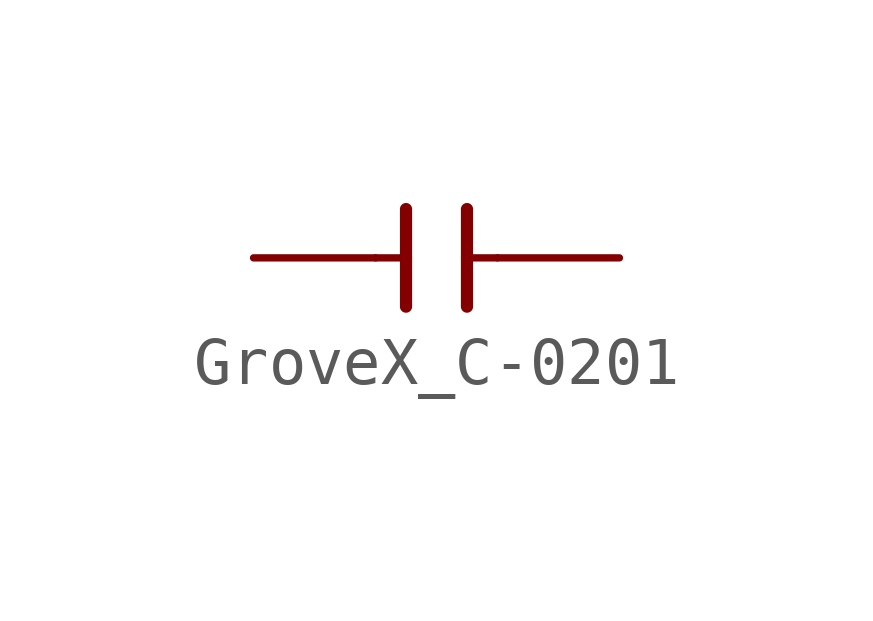
<source format=kicad_sym>
(kicad_symbol_lib
  (version 20231120)
  (generator "kicad_symbol_editor")
  (generator_version "8.0")
  (symbol "GroveX_C-0201"
    (property "Reference" "C"
      (at -2.54 0 0)
      (effects (font (size 0.635 0.54)) (justify left bottom) (hide yes)))
    (property "ki_locked" ""
      (at 0 0 0)
      (effects (font (size 1.27 1.27))))
    (symbol "GroveX_C-0201_1_0"
      (polyline (pts (xy -1.27 0) (xy -0.635 0)) (stroke (width 0.152) (type solid)) (fill (type none)))
      (polyline (pts (xy -0.635 -1.016) (xy -0.635 0)) (stroke (width 0.254) (type solid)) (fill (type none)))
      (polyline (pts (xy -0.635 0) (xy -0.635 1.016)) (stroke (width 0.254) (type solid)) (fill (type none)))
      (polyline (pts (xy 0.635 0) (xy 0.635 -1.016)) (stroke (width 0.254) (type solid)) (fill (type none)))
      (polyline (pts (xy 0.635 0) (xy 1.27 0)) (stroke (width 0.152) (type solid)) (fill (type none)))
      (polyline (pts (xy 0.635 1.016) (xy 0.635 0)) (stroke (width 0.254) (type solid)) (fill (type none)))
      (pin passive line (at -3.81 0 0) (length 2.54) (name "1" (effects (font (size 0 0)))) (number "1" (effects (font (size 0 0)))))
      (pin passive line (at 3.81 0 180) (length 2.54) (name "2" (effects (font (size 0 0)))) (number "2" (effects (font (size 0 0))))))))
</source>
